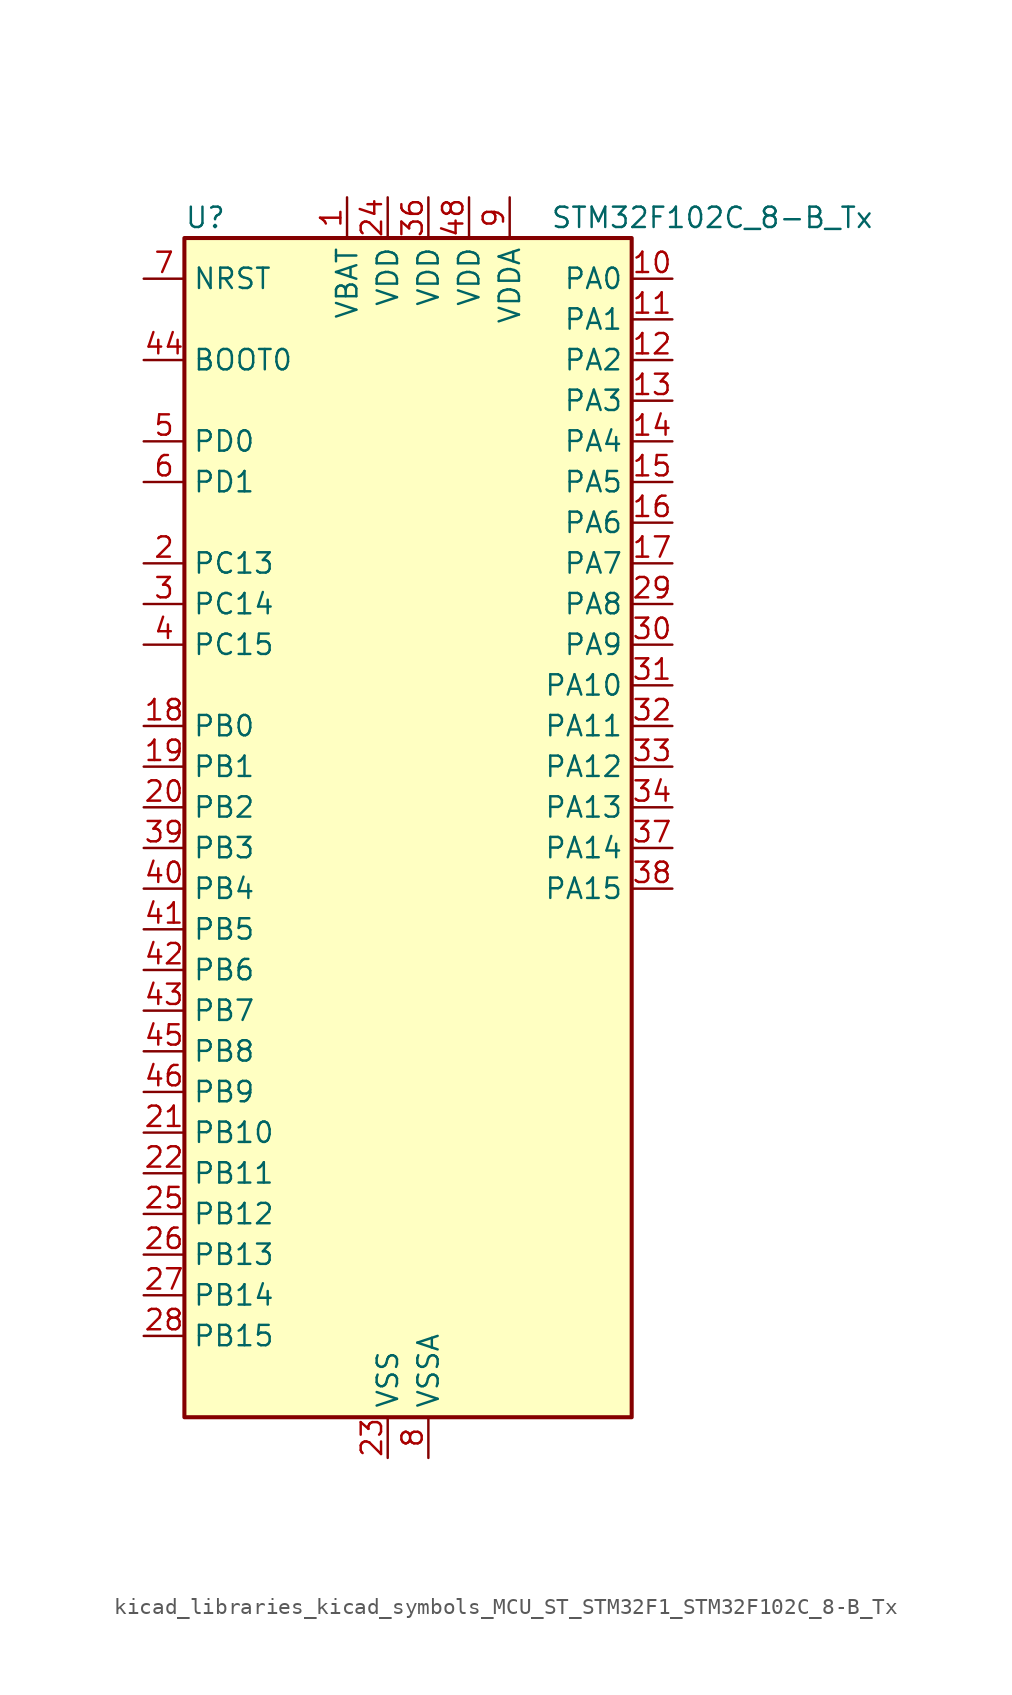
<source format=kicad_sym>
(kicad_symbol_lib
  (version 20220914)
  (generator kicad_symbol_editor)
  (symbol "kicad_libraries_kicad_symbols_MCU_ST_STM32F1_STM32F102C_8-B_Tx"
    (property "Reference" "U"
      (at -12.7 39.37 0)
      (effects (font (size 1.27 1.27)) (justify left)))
    (property "Value" "STM32F102C_8-B_Tx"
      (at 10.16 39.37 0)
      (effects (font (size 1.27 1.27)) (justify left)))
    (property "ki_locked" ""
      (at 0 0 0)
      (effects (font (size 1.27 1.27))))
    (symbol "kicad_libraries_kicad_symbols_MCU_ST_STM32F1_STM32F102C_8-B_Tx_0_1"
      (rectangle (start -12.7 -35.56) (end 15.24 38.1) (stroke (width 0.254) (type default)) (fill (type background))))
    (symbol "kicad_libraries_kicad_symbols_MCU_ST_STM32F1_STM32F102C_8-B_Tx_1_1"
      (pin power_in line (at -2.54 40.64 270) (length 2.54) (name "VBAT" (effects (font (size 1.27 1.27)))) (number "1" (effects (font (size 1.27 1.27)))))
      (pin bidirectional line (at 17.78 35.56 180) (length 2.54) (name "PA0" (effects (font (size 1.27 1.27)))) (number "10" (effects (font (size 1.27 1.27)))) (alternate "ADC1_IN0" bidirectional line) (alternate "SYS_WKUP" bidirectional line) (alternate "TIM2_CH1" bidirectional line) (alternate "TIM2_ETR" bidirectional line) (alternate "USART2_CTS" bidirectional line))
      (pin bidirectional line (at 17.78 33.02 180) (length 2.54) (name "PA1" (effects (font (size 1.27 1.27)))) (number "11" (effects (font (size 1.27 1.27)))) (alternate "ADC1_IN1" bidirectional line) (alternate "TIM2_CH2" bidirectional line) (alternate "USART2_RTS" bidirectional line))
      (pin bidirectional line (at 17.78 30.48 180) (length 2.54) (name "PA2" (effects (font (size 1.27 1.27)))) (number "12" (effects (font (size 1.27 1.27)))) (alternate "ADC1_IN2" bidirectional line) (alternate "TIM2_CH3" bidirectional line) (alternate "USART2_TX" bidirectional line))
      (pin bidirectional line (at 17.78 27.94 180) (length 2.54) (name "PA3" (effects (font (size 1.27 1.27)))) (number "13" (effects (font (size 1.27 1.27)))) (alternate "ADC1_IN3" bidirectional line) (alternate "TIM2_CH4" bidirectional line) (alternate "USART2_RX" bidirectional line))
      (pin bidirectional line (at 17.78 25.4 180) (length 2.54) (name "PA4" (effects (font (size 1.27 1.27)))) (number "14" (effects (font (size 1.27 1.27)))) (alternate "ADC1_IN4" bidirectional line) (alternate "SPI1_NSS" bidirectional line) (alternate "USART2_CK" bidirectional line))
      (pin bidirectional line (at 17.78 22.86 180) (length 2.54) (name "PA5" (effects (font (size 1.27 1.27)))) (number "15" (effects (font (size 1.27 1.27)))) (alternate "ADC1_IN5" bidirectional line) (alternate "SPI1_SCK" bidirectional line))
      (pin bidirectional line (at 17.78 20.32 180) (length 2.54) (name "PA6" (effects (font (size 1.27 1.27)))) (number "16" (effects (font (size 1.27 1.27)))) (alternate "ADC1_IN6" bidirectional line) (alternate "SPI1_MISO" bidirectional line) (alternate "TIM3_CH1" bidirectional line))
      (pin bidirectional line (at 17.78 17.78 180) (length 2.54) (name "PA7" (effects (font (size 1.27 1.27)))) (number "17" (effects (font (size 1.27 1.27)))) (alternate "ADC1_IN7" bidirectional line) (alternate "SPI1_MOSI" bidirectional line) (alternate "TIM3_CH2" bidirectional line))
      (pin bidirectional line (at -15.24 7.62 0) (length 2.54) (name "PB0" (effects (font (size 1.27 1.27)))) (number "18" (effects (font (size 1.27 1.27)))) (alternate "ADC1_IN8" bidirectional line) (alternate "TIM3_CH3" bidirectional line))
      (pin bidirectional line (at -15.24 5.08 0) (length 2.54) (name "PB1" (effects (font (size 1.27 1.27)))) (number "19" (effects (font (size 1.27 1.27)))) (alternate "ADC1_IN9" bidirectional line) (alternate "TIM3_CH4" bidirectional line))
      (pin bidirectional line (at -15.24 17.78 0) (length 2.54) (name "PC13" (effects (font (size 1.27 1.27)))) (number "2" (effects (font (size 1.27 1.27)))) (alternate "RTC_OUT" bidirectional line) (alternate "RTC_TAMPER" bidirectional line))
      (pin bidirectional line (at -15.24 2.54 0) (length 2.54) (name "PB2" (effects (font (size 1.27 1.27)))) (number "20" (effects (font (size 1.27 1.27)))))
      (pin bidirectional line (at -15.24 -17.78 0) (length 2.54) (name "PB10" (effects (font (size 1.27 1.27)))) (number "21" (effects (font (size 1.27 1.27)))) (alternate "I2C2_SCL" bidirectional line) (alternate "TIM2_CH3" bidirectional line) (alternate "USART3_TX" bidirectional line))
      (pin bidirectional line (at -15.24 -20.32 0) (length 2.54) (name "PB11" (effects (font (size 1.27 1.27)))) (number "22" (effects (font (size 1.27 1.27)))) (alternate "ADC1_EXTI11" bidirectional line) (alternate "I2C2_SDA" bidirectional line) (alternate "TIM2_CH4" bidirectional line) (alternate "USART3_RX" bidirectional line))
      (pin power_in line (at 0 -38.1 90) (length 2.54) (name "VSS" (effects (font (size 1.27 1.27)))) (number "23" (effects (font (size 1.27 1.27)))))
      (pin power_in line (at 0 40.64 270) (length 2.54) (name "VDD" (effects (font (size 1.27 1.27)))) (number "24" (effects (font (size 1.27 1.27)))))
      (pin bidirectional line (at -15.24 -22.86 0) (length 2.54) (name "PB12" (effects (font (size 1.27 1.27)))) (number "25" (effects (font (size 1.27 1.27)))) (alternate "I2C2_SMBA" bidirectional line) (alternate "SPI2_NSS" bidirectional line) (alternate "USART3_CK" bidirectional line))
      (pin bidirectional line (at -15.24 -25.4 0) (length 2.54) (name "PB13" (effects (font (size 1.27 1.27)))) (number "26" (effects (font (size 1.27 1.27)))) (alternate "SPI2_SCK" bidirectional line) (alternate "USART3_CTS" bidirectional line))
      (pin bidirectional line (at -15.24 -27.94 0) (length 2.54) (name "PB14" (effects (font (size 1.27 1.27)))) (number "27" (effects (font (size 1.27 1.27)))) (alternate "SPI2_MISO" bidirectional line) (alternate "USART3_RTS" bidirectional line))
      (pin bidirectional line (at -15.24 -30.48 0) (length 2.54) (name "PB15" (effects (font (size 1.27 1.27)))) (number "28" (effects (font (size 1.27 1.27)))) (alternate "ADC1_EXTI15" bidirectional line) (alternate "SPI2_MOSI" bidirectional line))
      (pin bidirectional line (at 17.78 15.24 180) (length 2.54) (name "PA8" (effects (font (size 1.27 1.27)))) (number "29" (effects (font (size 1.27 1.27)))) (alternate "RCC_MCO" bidirectional line) (alternate "USART1_CK" bidirectional line))
      (pin bidirectional line (at -15.24 15.24 0) (length 2.54) (name "PC14" (effects (font (size 1.27 1.27)))) (number "3" (effects (font (size 1.27 1.27)))) (alternate "RCC_OSC32_IN" bidirectional line))
      (pin bidirectional line (at 17.78 12.7 180) (length 2.54) (name "PA9" (effects (font (size 1.27 1.27)))) (number "30" (effects (font (size 1.27 1.27)))) (alternate "USART1_TX" bidirectional line))
      (pin bidirectional line (at 17.78 10.16 180) (length 2.54) (name "PA10" (effects (font (size 1.27 1.27)))) (number "31" (effects (font (size 1.27 1.27)))) (alternate "USART1_RX" bidirectional line))
      (pin bidirectional line (at 17.78 7.62 180) (length 2.54) (name "PA11" (effects (font (size 1.27 1.27)))) (number "32" (effects (font (size 1.27 1.27)))) (alternate "ADC1_EXTI11" bidirectional line) (alternate "USART1_CTS" bidirectional line) (alternate "USB_DM" bidirectional line))
      (pin bidirectional line (at 17.78 5.08 180) (length 2.54) (name "PA12" (effects (font (size 1.27 1.27)))) (number "33" (effects (font (size 1.27 1.27)))) (alternate "USART1_RTS" bidirectional line) (alternate "USB_DP" bidirectional line))
      (pin bidirectional line (at 17.78 2.54 180) (length 2.54) (name "PA13" (effects (font (size 1.27 1.27)))) (number "34" (effects (font (size 1.27 1.27)))) (alternate "SYS_JTMS-SWDIO" bidirectional line))
      (pin passive line (at 0 -38.1 90) (length 2.54) hide (name "VSS" (effects (font (size 1.27 1.27)))) (number "35" (effects (font (size 1.27 1.27)))))
      (pin power_in line (at 2.54 40.64 270) (length 2.54) (name "VDD" (effects (font (size 1.27 1.27)))) (number "36" (effects (font (size 1.27 1.27)))))
      (pin bidirectional line (at 17.78 0 180) (length 2.54) (name "PA14" (effects (font (size 1.27 1.27)))) (number "37" (effects (font (size 1.27 1.27)))) (alternate "SYS_JTCK-SWCLK" bidirectional line))
      (pin bidirectional line (at 17.78 -2.54 180) (length 2.54) (name "PA15" (effects (font (size 1.27 1.27)))) (number "38" (effects (font (size 1.27 1.27)))) (alternate "ADC1_EXTI15" bidirectional line) (alternate "SPI1_NSS" bidirectional line) (alternate "SYS_JTDI" bidirectional line) (alternate "TIM2_CH1" bidirectional line) (alternate "TIM2_ETR" bidirectional line))
      (pin bidirectional line (at -15.24 0 0) (length 2.54) (name "PB3" (effects (font (size 1.27 1.27)))) (number "39" (effects (font (size 1.27 1.27)))) (alternate "SPI1_SCK" bidirectional line) (alternate "SYS_JTDO-TRACESWO" bidirectional line) (alternate "TIM2_CH2" bidirectional line))
      (pin bidirectional line (at -15.24 12.7 0) (length 2.54) (name "PC15" (effects (font (size 1.27 1.27)))) (number "4" (effects (font (size 1.27 1.27)))) (alternate "ADC1_EXTI15" bidirectional line) (alternate "RCC_OSC32_OUT" bidirectional line))
      (pin bidirectional line (at -15.24 -2.54 0) (length 2.54) (name "PB4" (effects (font (size 1.27 1.27)))) (number "40" (effects (font (size 1.27 1.27)))) (alternate "SPI1_MISO" bidirectional line) (alternate "SYS_NJTRST" bidirectional line) (alternate "TIM3_CH1" bidirectional line))
      (pin bidirectional line (at -15.24 -5.08 0) (length 2.54) (name "PB5" (effects (font (size 1.27 1.27)))) (number "41" (effects (font (size 1.27 1.27)))) (alternate "I2C1_SMBA" bidirectional line) (alternate "SPI1_MOSI" bidirectional line) (alternate "TIM3_CH2" bidirectional line))
      (pin bidirectional line (at -15.24 -7.62 0) (length 2.54) (name "PB6" (effects (font (size 1.27 1.27)))) (number "42" (effects (font (size 1.27 1.27)))) (alternate "I2C1_SCL" bidirectional line) (alternate "TIM4_CH1" bidirectional line) (alternate "USART1_TX" bidirectional line))
      (pin bidirectional line (at -15.24 -10.16 0) (length 2.54) (name "PB7" (effects (font (size 1.27 1.27)))) (number "43" (effects (font (size 1.27 1.27)))) (alternate "I2C1_SDA" bidirectional line) (alternate "TIM4_CH2" bidirectional line) (alternate "USART1_RX" bidirectional line))
      (pin input line (at -15.24 30.48 0) (length 2.54) (name "BOOT0" (effects (font (size 1.27 1.27)))) (number "44" (effects (font (size 1.27 1.27)))))
      (pin bidirectional line (at -15.24 -12.7 0) (length 2.54) (name "PB8" (effects (font (size 1.27 1.27)))) (number "45" (effects (font (size 1.27 1.27)))) (alternate "I2C1_SCL" bidirectional line) (alternate "TIM4_CH3" bidirectional line))
      (pin bidirectional line (at -15.24 -15.24 0) (length 2.54) (name "PB9" (effects (font (size 1.27 1.27)))) (number "46" (effects (font (size 1.27 1.27)))) (alternate "I2C1_SDA" bidirectional line) (alternate "TIM4_CH4" bidirectional line))
      (pin passive line (at 0 -38.1 90) (length 2.54) hide (name "VSS" (effects (font (size 1.27 1.27)))) (number "47" (effects (font (size 1.27 1.27)))))
      (pin power_in line (at 5.08 40.64 270) (length 2.54) (name "VDD" (effects (font (size 1.27 1.27)))) (number "48" (effects (font (size 1.27 1.27)))))
      (pin bidirectional line (at -15.24 25.4 0) (length 2.54) (name "PD0" (effects (font (size 1.27 1.27)))) (number "5" (effects (font (size 1.27 1.27)))) (alternate "RCC_OSC_IN" bidirectional line))
      (pin bidirectional line (at -15.24 22.86 0) (length 2.54) (name "PD1" (effects (font (size 1.27 1.27)))) (number "6" (effects (font (size 1.27 1.27)))) (alternate "RCC_OSC_OUT" bidirectional line))
      (pin input line (at -15.24 35.56 0) (length 2.54) (name "NRST" (effects (font (size 1.27 1.27)))) (number "7" (effects (font (size 1.27 1.27)))))
      (pin power_in line (at 2.54 -38.1 90) (length 2.54) (name "VSSA" (effects (font (size 1.27 1.27)))) (number "8" (effects (font (size 1.27 1.27)))))
      (pin power_in line (at 7.62 40.64 270) (length 2.54) (name "VDDA" (effects (font (size 1.27 1.27)))) (number "9" (effects (font (size 1.27 1.27))))))))
</source>
